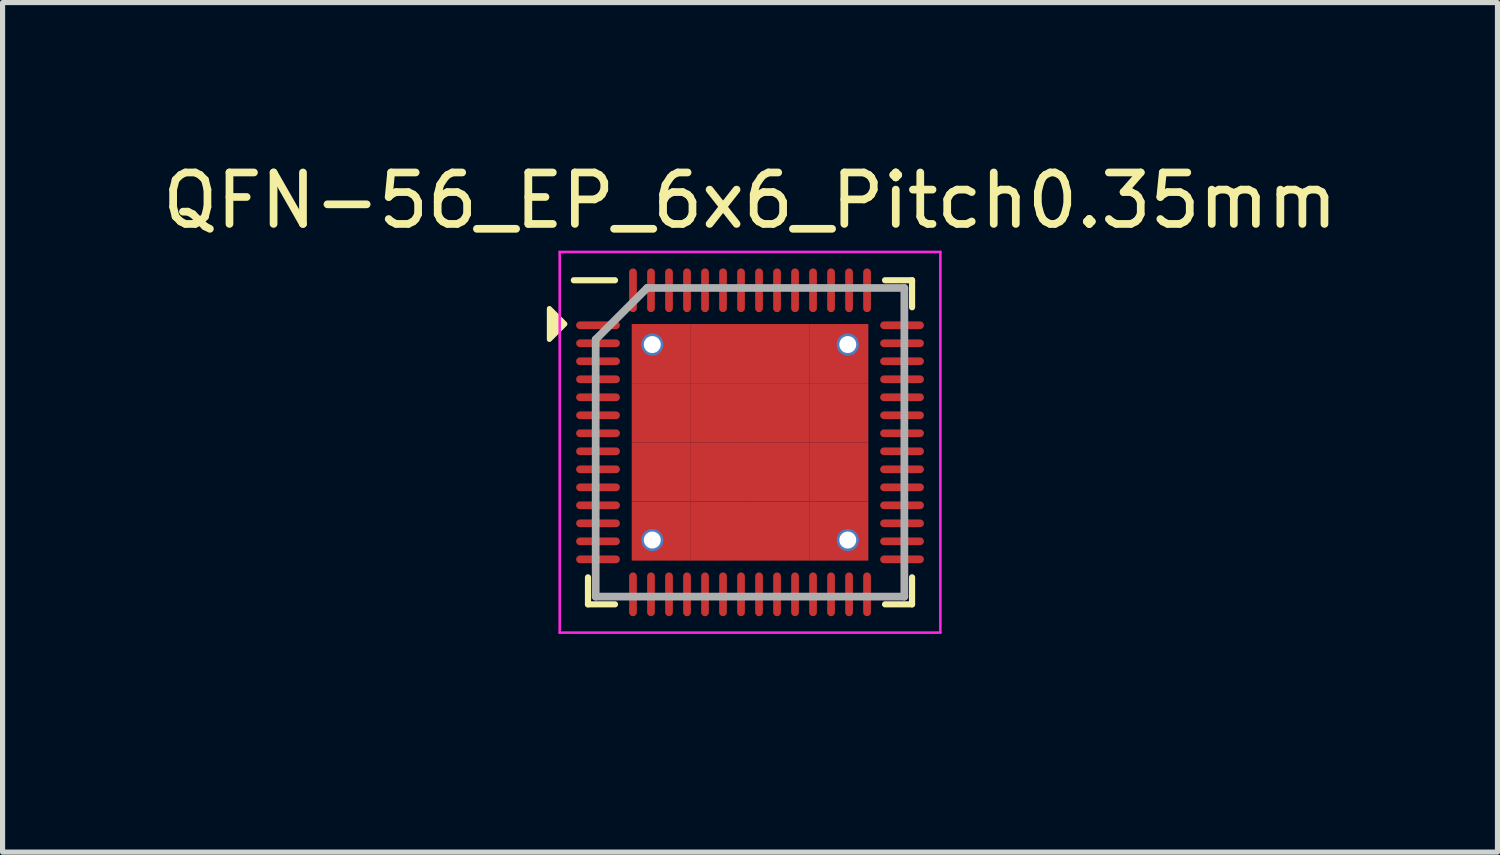
<source format=kicad_pcb>
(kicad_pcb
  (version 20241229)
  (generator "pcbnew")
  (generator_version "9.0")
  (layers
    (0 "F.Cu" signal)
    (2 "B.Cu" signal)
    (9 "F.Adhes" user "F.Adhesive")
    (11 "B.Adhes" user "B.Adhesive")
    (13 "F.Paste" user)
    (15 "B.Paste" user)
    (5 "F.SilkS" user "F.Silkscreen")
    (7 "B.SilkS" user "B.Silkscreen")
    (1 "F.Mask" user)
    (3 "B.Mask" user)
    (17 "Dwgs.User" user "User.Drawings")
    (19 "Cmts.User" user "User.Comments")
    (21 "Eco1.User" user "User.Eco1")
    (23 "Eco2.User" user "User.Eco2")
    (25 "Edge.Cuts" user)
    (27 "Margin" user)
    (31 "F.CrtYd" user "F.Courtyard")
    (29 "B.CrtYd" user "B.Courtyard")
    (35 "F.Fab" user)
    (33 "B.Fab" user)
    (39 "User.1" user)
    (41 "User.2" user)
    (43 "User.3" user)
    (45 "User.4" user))
  (footprint "QFN-56_EP_6x6_Pitch0.35mm"
    (layer "F.Cu")
    (at 11.53 5.548)
    (property "Reference" "QFN-56_EP_6x6_Pitch0.35mm" (at 0 -4.7 180) (layer "F.SilkS") (effects (font (size 1 1) (thickness 0.15))))
    (property "LCSC" "C5555867" (at 0 0 90) (layer "User.1") (effects (font (size 1.27 1.27) (thickness 0.15))))
    (attr smd)
    (fp_line (start -3.15 3.15) (end -3.15 2.625) (stroke (width 0.12) (type default)) (layer "F.SilkS"))
    (fp_line (start -2.625 -3.15) (end -3.425 -3.15) (stroke (width 0.12) (type default)) (layer "F.SilkS"))
    (fp_line (start -2.625 3.15) (end -3.15 3.15) (stroke (width 0.12) (type default)) (layer "F.SilkS"))
    (fp_line (start 2.625 -3.15) (end 3.15 -3.15) (stroke (width 0.12) (type default)) (layer "F.SilkS"))
    (fp_line (start 2.625 3.15) (end 3.15 3.15) (stroke (width 0.12) (type default)) (layer "F.SilkS"))
    (fp_line (start 3.15 -3.15) (end 3.15 -2.625) (stroke (width 0.12) (type default)) (layer "F.SilkS"))
    (fp_line (start 3.15 3.15) (end 3.15 2.625) (stroke (width 0.12) (type default)) (layer "F.SilkS"))
    (fp_poly (pts (xy -3.6 -2.3) (xy -3.9 -2.6) (xy -3.9 -2)) (stroke (width 0.1) (type solid)) (fill yes) (layer "F.SilkS"))
    (fp_line (start -3.7 -3.7) (end 3.7 -3.7) (stroke (width 0.05) (type default)) (layer "F.CrtYd"))
    (fp_line (start -3.7 3.7) (end -3.7 -3.7) (stroke (width 0.05) (type default)) (layer "F.CrtYd"))
    (fp_line (start 3.7 -3.7) (end 3.7 3.7) (stroke (width 0.05) (type default)) (layer "F.CrtYd"))
    (fp_line (start 3.7 3.7) (end -3.7 3.7) (stroke (width 0.05) (type default)) (layer "F.CrtYd"))
    (fp_line (start -3 -2) (end -3 3) (stroke (width 0.15) (type default)) (layer "F.Fab"))
    (fp_line (start -3 3) (end 3 3) (stroke (width 0.15) (type default)) (layer "F.Fab"))
    (fp_line (start -2 -3) (end -3 -2) (stroke (width 0.15) (type default)) (layer "F.Fab"))
    (fp_line (start 3 -3) (end -2 -3) (stroke (width 0.15) (type default)) (layer "F.Fab"))
    (fp_line (start 3 3) (end 3 -3) (stroke (width 0.15) (type default)) (layer "F.Fab"))
    (pad "" smd roundrect (at -1.5 -1.5) (size 1.2 1.2) (layers "F.Paste") (roundrect_rratio 0.154))
    (pad "" smd roundrect (at -1.5 0 270) (size 1.2 1.2) (layers "F.Paste") (roundrect_rratio 0.154))
    (pad "" smd roundrect (at -1.5 1.5) (size 1.2 1.2) (layers "F.Paste") (roundrect_rratio 0.154))
    (pad "" smd roundrect (at 0 -1.5) (size 1.2 1.2) (layers "F.Paste") (roundrect_rratio 0.154))
    (pad "" smd roundrect (at 0 0) (size 1.2 1.2) (layers "F.Paste") (roundrect_rratio 0.154))
    (pad "" smd roundrect (at 0 1.5) (size 1.2 1.2) (layers "F.Paste") (roundrect_rratio 0.154))
    (pad "" smd roundrect (at 1.5 -1.5) (size 1.2 1.2) (layers "F.Paste") (roundrect_rratio 0.154))
    (pad "" smd roundrect (at 1.5 0 270) (size 1.2 1.2) (layers "F.Paste") (roundrect_rratio 0.154))
    (pad "" smd roundrect (at 1.5 1.5) (size 1.2 1.2) (layers "F.Paste") (roundrect_rratio 0.154))
    (pad "1" smd oval (at -2.955 -2.275 90) (size 0.15 0.85) (layers "F.Cu" "F.Mask" "F.Paste"))
    (pad "2" smd oval (at -2.955 -1.925 90) (size 0.15 0.85) (layers "F.Cu" "F.Mask" "F.Paste"))
    (pad "3" smd oval (at -2.955 -1.575 90) (size 0.15 0.85) (layers "F.Cu" "F.Mask" "F.Paste"))
    (pad "4" smd oval (at -2.955 -1.225 90) (size 0.15 0.85) (layers "F.Cu" "F.Mask" "F.Paste"))
    (pad "5" smd oval (at -2.955 -0.875 90) (size 0.15 0.85) (layers "F.Cu" "F.Mask" "F.Paste"))
    (pad "6" smd oval (at -2.955 -0.525 90) (size 0.15 0.85) (layers "F.Cu" "F.Mask" "F.Paste"))
    (pad "7" smd oval (at -2.955 -0.175 90) (size 0.15 0.85) (layers "F.Cu" "F.Mask" "F.Paste"))
    (pad "8" smd oval (at -2.955 0.175 90) (size 0.15 0.85) (layers "F.Cu" "F.Mask" "F.Paste"))
    (pad "9" smd oval (at -2.955 0.525 90) (size 0.15 0.85) (layers "F.Cu" "F.Mask" "F.Paste"))
    (pad "10" smd oval (at -2.955 0.875 90) (size 0.15 0.85) (layers "F.Cu" "F.Mask" "F.Paste"))
    (pad "11" smd oval (at -2.955 1.225 90) (size 0.15 0.85) (layers "F.Cu" "F.Mask" "F.Paste"))
    (pad "12" smd oval (at -2.955 1.575 90) (size 0.15 0.85) (layers "F.Cu" "F.Mask" "F.Paste"))
    (pad "13" smd oval (at -2.955 1.925 90) (size 0.15 0.85) (layers "F.Cu" "F.Mask" "F.Paste"))
    (pad "14" smd oval (at -2.955 2.275 90) (size 0.15 0.85) (layers "F.Cu" "F.Mask" "F.Paste"))
    (pad "15" smd oval (at -2.275 2.955) (size 0.15 0.85) (layers "F.Cu" "F.Mask" "F.Paste"))
    (pad "16" smd oval (at -1.925 2.955) (size 0.15 0.85) (layers "F.Cu" "F.Mask" "F.Paste"))
    (pad "17" smd oval (at -1.575 2.955) (size 0.15 0.85) (layers "F.Cu" "F.Mask" "F.Paste"))
    (pad "18" smd oval (at -1.225 2.955) (size 0.15 0.85) (layers "F.Cu" "F.Mask" "F.Paste"))
    (pad "19" smd oval (at -0.875 2.955) (size 0.15 0.85) (layers "F.Cu" "F.Mask" "F.Paste"))
    (pad "20" smd oval (at -0.525 2.955) (size 0.15 0.85) (layers "F.Cu" "F.Mask" "F.Paste"))
    (pad "21" smd oval (at -0.175 2.955) (size 0.15 0.85) (layers "F.Cu" "F.Mask" "F.Paste"))
    (pad "22" smd oval (at 0.175 2.955) (size 0.15 0.85) (layers "F.Cu" "F.Mask" "F.Paste"))
    (pad "23" smd oval (at 0.525 2.955) (size 0.15 0.85) (layers "F.Cu" "F.Mask" "F.Paste"))
    (pad "24" smd oval (at 0.875 2.955) (size 0.15 0.85) (layers "F.Cu" "F.Mask" "F.Paste"))
    (pad "25" smd oval (at 1.225 2.955) (size 0.15 0.85) (layers "F.Cu" "F.Mask" "F.Paste"))
    (pad "26" smd oval (at 1.575 2.955) (size 0.15 0.85) (layers "F.Cu" "F.Mask" "F.Paste"))
    (pad "27" smd oval (at 1.925 2.955) (size 0.15 0.85) (layers "F.Cu" "F.Mask" "F.Paste"))
    (pad "28" smd oval (at 2.275 2.955) (size 0.15 0.85) (layers "F.Cu" "F.Mask" "F.Paste"))
    (pad "29" smd oval (at 2.955 2.275 90) (size 0.15 0.85) (layers "F.Cu" "F.Mask" "F.Paste"))
    (pad "30" smd oval (at 2.955 1.925 90) (size 0.15 0.85) (layers "F.Cu" "F.Mask" "F.Paste"))
    (pad "31" smd oval (at 2.955 1.575 90) (size 0.15 0.85) (layers "F.Cu" "F.Mask" "F.Paste"))
    (pad "32" smd oval (at 2.955 1.225 90) (size 0.15 0.85) (layers "F.Cu" "F.Mask" "F.Paste"))
    (pad "33" smd oval (at 2.955 0.875 90) (size 0.15 0.85) (layers "F.Cu" "F.Mask" "F.Paste"))
    (pad "34" smd oval (at 2.955 0.525 90) (size 0.15 0.85) (layers "F.Cu" "F.Mask" "F.Paste"))
    (pad "35" smd oval (at 2.955 0.175 90) (size 0.15 0.85) (layers "F.Cu" "F.Mask" "F.Paste"))
    (pad "36" smd oval (at 2.955 -0.175 90) (size 0.15 0.85) (layers "F.Cu" "F.Mask" "F.Paste"))
    (pad "37" smd oval (at 2.955 -0.525 90) (size 0.15 0.85) (layers "F.Cu" "F.Mask" "F.Paste"))
    (pad "38" smd oval (at 2.955 -0.875 90) (size 0.15 0.85) (layers "F.Cu" "F.Mask" "F.Paste"))
    (pad "39" smd oval (at 2.955 -1.225 90) (size 0.15 0.85) (layers "F.Cu" "F.Mask" "F.Paste"))
    (pad "40" smd oval (at 2.955 -1.575 90) (size 0.15 0.85) (layers "F.Cu" "F.Mask" "F.Paste"))
    (pad "41" smd oval (at 2.955 -1.925 90) (size 0.15 0.85) (layers "F.Cu" "F.Mask" "F.Paste"))
    (pad "42" smd oval (at 2.955 -2.275 90) (size 0.15 0.85) (layers "F.Cu" "F.Mask" "F.Paste"))
    (pad "43" smd oval (at 2.275 -2.955) (size 0.15 0.85) (layers "F.Cu" "F.Mask" "F.Paste"))
    (pad "44" smd oval (at 1.925 -2.955) (size 0.15 0.85) (layers "F.Cu" "F.Mask" "F.Paste"))
    (pad "45" smd oval (at 1.575 -2.955) (size 0.15 0.85) (layers "F.Cu" "F.Mask" "F.Paste"))
    (pad "46" smd oval (at 1.225 -2.955) (size 0.15 0.85) (layers "F.Cu" "F.Mask" "F.Paste"))
    (pad "47" smd oval (at 0.875 -2.955) (size 0.15 0.85) (layers "F.Cu" "F.Mask" "F.Paste"))
    (pad "48" smd oval (at 0.525 -2.955) (size 0.15 0.85) (layers "F.Cu" "F.Mask" "F.Paste"))
    (pad "49" smd oval (at 0.175 -2.955) (size 0.15 0.85) (layers "F.Cu" "F.Mask" "F.Paste"))
    (pad "50" smd oval (at -0.175 -2.955) (size 0.15 0.85) (layers "F.Cu" "F.Mask" "F.Paste"))
    (pad "51" smd oval (at -0.525 -2.955) (size 0.15 0.85) (layers "F.Cu" "F.Mask" "F.Paste"))
    (pad "52" smd oval (at -0.875 -2.955) (size 0.15 0.85) (layers "F.Cu" "F.Mask" "F.Paste"))
    (pad "53" smd oval (at -1.225 -2.955) (size 0.15 0.85) (layers "F.Cu" "F.Mask" "F.Paste"))
    (pad "54" smd oval (at -1.575 -2.955) (size 0.15 0.85) (layers "F.Cu" "F.Mask" "F.Paste"))
    (pad "55" smd oval (at -1.925 -2.955) (size 0.15 0.85) (layers "F.Cu" "F.Mask" "F.Paste"))
    (pad "56" smd oval (at -2.275 -2.955) (size 0.15 0.85) (layers "F.Cu" "F.Mask" "F.Paste"))
    (pad "57" thru_hole circle (at -1.9 -1.9) (size 0.43 0.43) (drill 0.33) (layers "*.Cu" "*.Mask"))
    (pad "57" thru_hole circle (at -1.9 1.9) (size 0.43 0.43) (drill 0.33) (layers "*.Cu" "*.Mask"))
    (pad "57" smd rect (at -1.725 -1.725) (size 1.15 1.15) (layers "F.Cu" "F.Mask" "F.Paste"))
    (pad "57" smd rect (at -1.725 -0.575) (size 1.15 1.15) (layers "F.Cu" "F.Mask" "F.Paste"))
    (pad "57" smd rect (at -1.725 0.575) (size 1.15 1.15) (layers "F.Cu" "F.Mask" "F.Paste"))
    (pad "57" smd rect (at -1.725 1.725) (size 1.15 1.15) (layers "F.Cu" "F.Mask" "F.Paste"))
    (pad "57" smd rect (at -0.575 -1.725) (size 1.15 1.15) (layers "F.Cu" "F.Mask" "F.Paste"))
    (pad "57" smd rect (at -0.575 -0.575) (size 1.15 1.15) (layers "F.Cu" "F.Mask" "F.Paste"))
    (pad "57" smd rect (at -0.575 0.575) (size 1.15 1.15) (layers "F.Cu" "F.Mask" "F.Paste"))
    (pad "57" smd rect (at -0.575 1.725) (size 1.15 1.15) (layers "F.Cu" "F.Mask" "F.Paste"))
    (pad "57" smd rect (at 0.575 -1.725) (size 1.15 1.15) (layers "F.Cu" "F.Mask" "F.Paste"))
    (pad "57" smd rect (at 0.575 -0.575) (size 1.15 1.15) (layers "F.Cu" "F.Mask" "F.Paste"))
    (pad "57" smd rect (at 0.575 0.575) (size 1.15 1.15) (layers "F.Cu" "F.Mask" "F.Paste"))
    (pad "57" smd rect (at 0.575 1.725) (size 1.15 1.15) (layers "F.Cu" "F.Mask" "F.Paste"))
    (pad "57" smd rect (at 1.725 -1.725) (size 1.15 1.15) (layers "F.Cu" "F.Mask" "F.Paste"))
    (pad "57" smd rect (at 1.725 -0.575) (size 1.15 1.15) (layers "F.Cu" "F.Mask" "F.Paste"))
    (pad "57" smd rect (at 1.725 0.575) (size 1.15 1.15) (layers "F.Cu" "F.Mask" "F.Paste"))
    (pad "57" smd rect (at 1.725 1.725) (size 1.15 1.15) (layers "F.Cu" "F.Mask" "F.Paste"))
    (pad "57" thru_hole circle (at 1.9 -1.9) (size 0.43 0.43) (drill 0.33) (layers "*.Cu" "*.Mask"))
    (pad "57" thru_hole circle (at 1.9 1.9) (size 0.43 0.43) (drill 0.33) (layers "*.Cu" "*.Mask")))
  (gr_rect
    (start -3 -3)
    (end 26.06 13.515)
    (stroke (width 0.1) (type default))
    (fill no)
    (layer "Edge.Cuts")))
</source>
